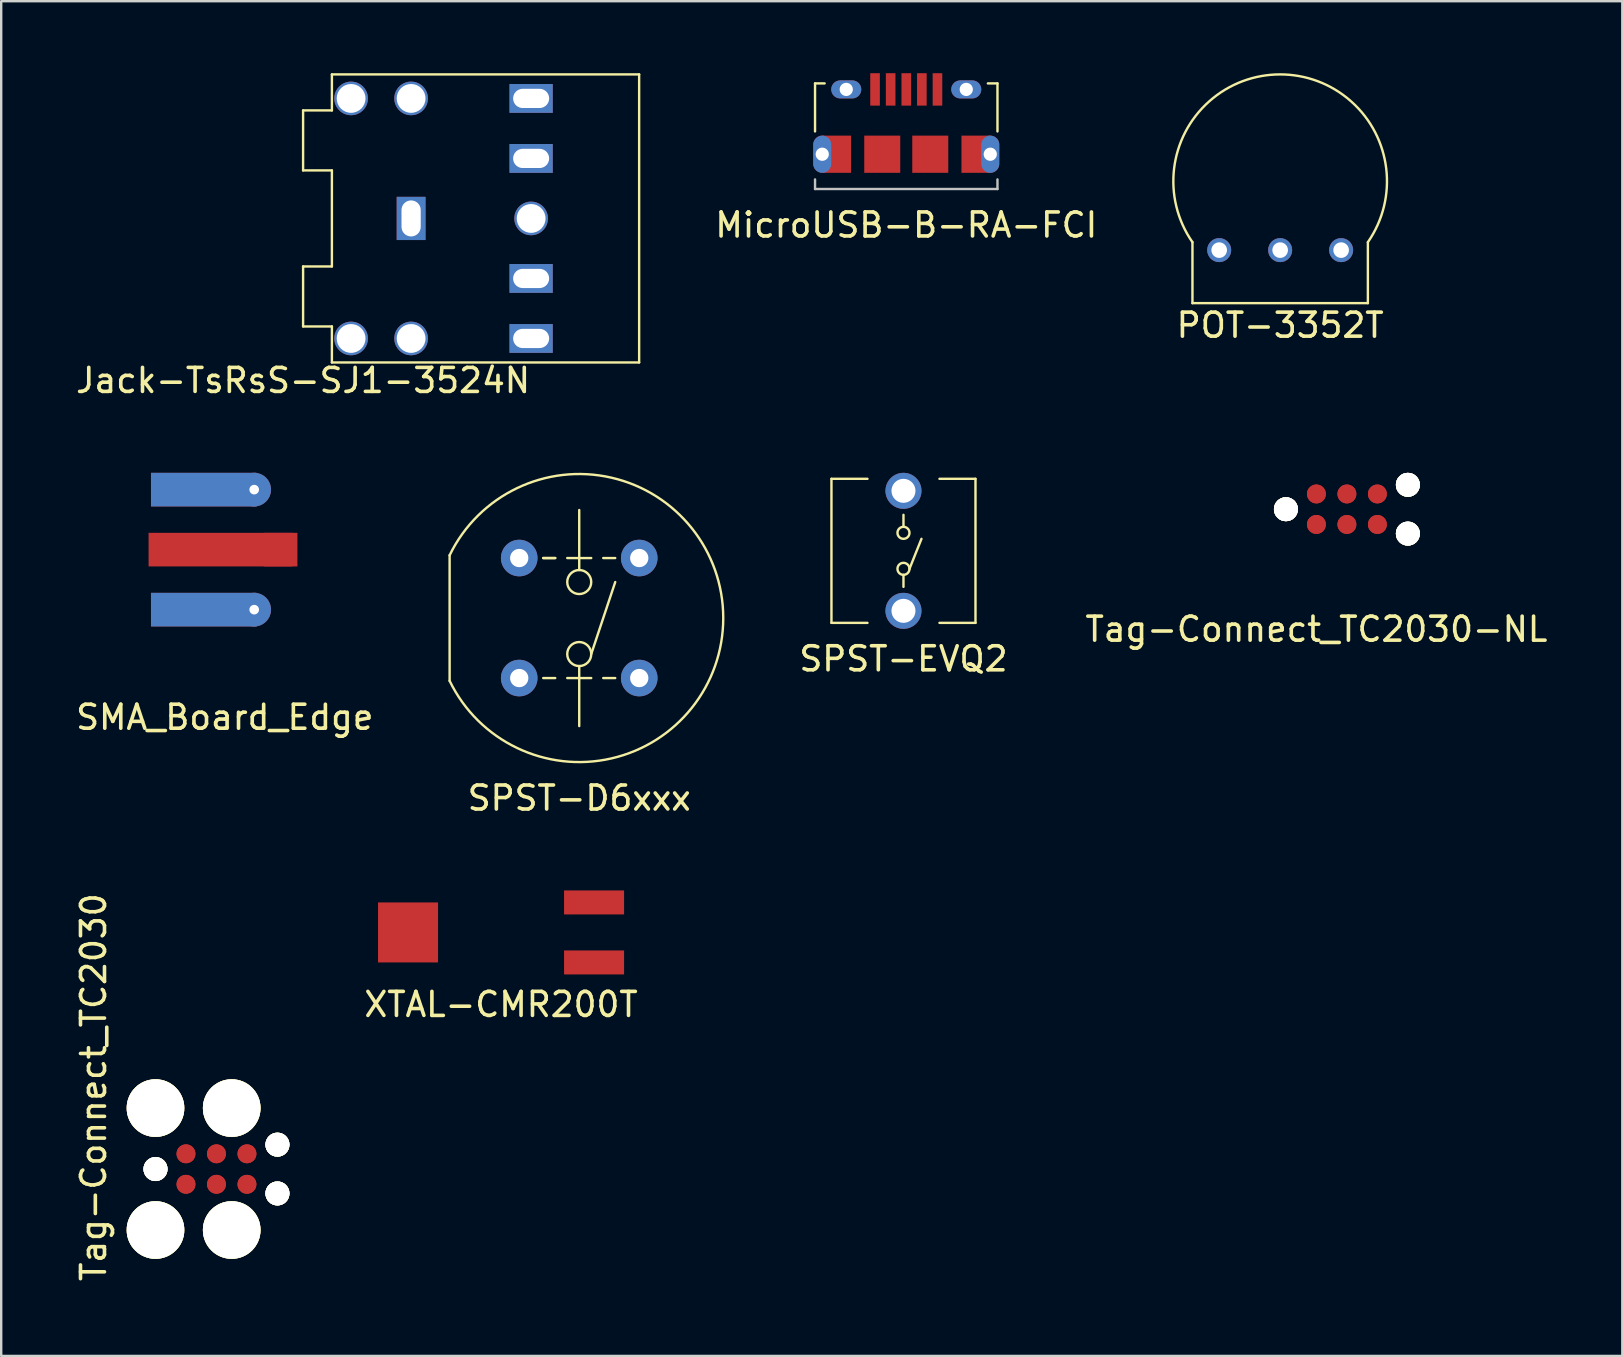
<source format=kicad_pcb>
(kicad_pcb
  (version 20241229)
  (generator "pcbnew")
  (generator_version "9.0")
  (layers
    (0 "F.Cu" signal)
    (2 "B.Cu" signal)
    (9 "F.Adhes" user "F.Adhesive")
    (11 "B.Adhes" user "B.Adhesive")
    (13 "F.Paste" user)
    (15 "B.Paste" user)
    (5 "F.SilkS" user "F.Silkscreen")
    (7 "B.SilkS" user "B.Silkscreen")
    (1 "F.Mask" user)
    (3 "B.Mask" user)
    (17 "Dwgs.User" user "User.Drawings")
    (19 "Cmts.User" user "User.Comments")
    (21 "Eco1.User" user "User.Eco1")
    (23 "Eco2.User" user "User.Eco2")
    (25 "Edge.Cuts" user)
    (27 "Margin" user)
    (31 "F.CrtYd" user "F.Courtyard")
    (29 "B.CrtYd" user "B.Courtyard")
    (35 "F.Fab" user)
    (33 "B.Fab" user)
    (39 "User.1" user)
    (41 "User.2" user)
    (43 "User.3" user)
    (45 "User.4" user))
  (footprint "SPST-EVQ2"
    (layer "F.Cu")
    (at 34.589 19.898)
    (property "Reference" "SPST-EVQ2" (at 0 4.5 0) (layer "F.SilkS") (effects (font (size 1 1) (thickness 0.15))))
    (attr through_hole)
    (fp_line (start -3 -3) (end -3 3) (stroke (width 0.1) (type solid)) (layer "F.SilkS"))
    (fp_line (start -3 3) (end -1.5 3) (stroke (width 0.1) (type solid)) (layer "F.SilkS"))
    (fp_line (start -1.5 -3) (end -3 -3) (stroke (width 0.1) (type solid)) (layer "F.SilkS"))
    (fp_line (start 0 -1.5) (end 0 -1) (stroke (width 0.1) (type solid)) (layer "F.SilkS"))
    (fp_line (start 0 1.5) (end 0 1) (stroke (width 0.1) (type solid)) (layer "F.SilkS"))
    (fp_line (start 0.25 0.75) (end 0.75 -0.5) (stroke (width 0.1) (type solid)) (layer "F.SilkS"))
    (fp_line (start 1.5 3) (end 3 3) (stroke (width 0.1) (type solid)) (layer "F.SilkS"))
    (fp_line (start 3 -3) (end 1.5 -3) (stroke (width 0.1) (type solid)) (layer "F.SilkS"))
    (fp_line (start 3 3) (end 3 -3) (stroke (width 0.1) (type solid)) (layer "F.SilkS"))
    (fp_circle (center 0 -0.75) (end 0.25 -0.75) (stroke (width 0.1) (type solid)) (fill no) (layer "F.SilkS"))
    (fp_circle (center 0 0.75) (end 0.25 0.75) (stroke (width 0.1) (type solid)) (fill no) (layer "F.SilkS"))
    (pad "1" thru_hole circle (at 0 2.5) (size 1.5 1.5) (drill 1) (layers "*.Cu" "*.Mask"))
    (pad "2" thru_hole circle (at 0 -2.5) (size 1.5 1.5) (drill 1) (layers "*.Cu" "*.Mask")))
  (footprint "POT-3352T"
    (layer "F.Cu")
    (at 50.282 4.5)
    (property "Reference" "POT-3352T" (at 0 6 0) (layer "F.SilkS") (effects (font (size 1 1) (thickness 0.15))))
    (attr through_hole)
    (fp_line (start -3.654 2.54) (end -3.654 5.08) (stroke (width 0.1) (type solid)) (layer "F.SilkS"))
    (fp_line (start -3.654 5.08) (end 3.654 5.08) (stroke (width 0.1) (type solid)) (layer "F.SilkS"))
    (fp_line (start 3.654 5.08) (end 3.654 2.54) (stroke (width 0.1) (type solid)) (layer "F.SilkS"))
    (fp_arc (start -3.654 2.54) (mid 0.000057 -4.450092) (end 3.653935 2.540093) (stroke (width 0.1) (type solid)) (layer "F.SilkS"))
    (pad "1" thru_hole circle (at -2.54 2.87) (size 1 1) (drill 0.65) (layers "*.Cu" "*.Mask"))
    (pad "2" thru_hole circle (at 0 2.87) (size 1 1) (drill 0.65) (layers "*.Cu" "*.Mask"))
    (pad "3" thru_hole circle (at 2.54 2.87) (size 1 1) (drill 0.65) (layers "*.Cu" "*.Mask")))
  (footprint "XTAL-CMR200T"
    (layer "F.Cu")
    (at 17.824 35.796)
    (property "Reference" "XTAL-CMR200T" (at 0 3 0) (layer "F.SilkS") (effects (font (size 1 1) (thickness 0.15))))
    (attr through_hole)
    (pad "1" smd rect (at 3.875 1.25) (size 2.5 1) (layers "F.Cu" "F.Mask" "F.Paste"))
    (pad "2" smd rect (at 3.875 -1.25) (size 2.5 1) (layers "F.Cu" "F.Mask" "F.Paste"))
    (pad "~" smd rect (at -3.875 0) (size 2.5 2.5) (layers "F.Cu" "F.Mask" "F.Paste")))
  (footprint "MicroUSB-B-RA-FCI"
    (layer "F.Cu")
    (at 34.705 4.825)
    (property "Reference" "MicroUSB-B-RA-FCI" (at 0 1.5 0) (layer "F.SilkS") (effects (font (size 1 1) (thickness 0.15))))
    (attr through_hole)
    (fp_line (start -3.8 -4.4) (end -3.4 -4.4) (stroke (width 0.1) (type solid)) (layer "F.SilkS"))
    (fp_line (start -3.8 -2.4) (end -3.8 -4.4) (stroke (width 0.1) (type solid)) (layer "F.SilkS"))
    (fp_line (start 3.4 -4.4) (end 3.8 -4.4) (stroke (width 0.1) (type solid)) (layer "F.SilkS"))
    (fp_line (start 3.8 -4.4) (end 3.8 -2.4) (stroke (width 0.1) (type solid)) (layer "F.SilkS"))
    (fp_line (start -3.8 -0.4) (end -3.8 0) (stroke (width 0.1) (type solid)) (layer "Dwgs.User"))
    (fp_line (start -3.8 0) (end 3.8 0) (stroke (width 0.1) (type solid)) (layer "Dwgs.User"))
    (fp_line (start 3.8 0) (end 3.8 -0.4) (stroke (width 0.1) (type solid)) (layer "Dwgs.User"))
    (pad "1" smd rect (at -1.3 -4.15) (size 0.4 1.35) (layers "F.Cu" "F.Mask" "F.Paste"))
    (pad "2" smd rect (at -0.65 -4.15) (size 0.4 1.35) (layers "F.Cu" "F.Mask" "F.Paste"))
    (pad "3" smd rect (at 0 -4.15) (size 0.4 1.35) (layers "F.Cu" "F.Mask" "F.Paste"))
    (pad "4" smd rect (at 0.65 -4.15) (size 0.4 1.35) (layers "F.Cu" "F.Mask" "F.Paste"))
    (pad "5" smd rect (at 1.3 -4.15) (size 0.4 1.35) (layers "F.Cu" "F.Mask" "F.Paste"))
    (pad "~" thru_hole oval (at -3.5 -1.45) (size 0.75 1.55) (drill 0.55) (layers "*.Cu" "*.Mask"))
    (pad "~" smd rect (at -2.9 -1.45) (size 1.2 1.55) (layers "F.Cu" "F.Mask" "F.Paste"))
    (pad "~" thru_hole oval (at -2.5 -4.15) (size 1.25 0.75) (drill 0.55) (layers "*.Cu" "*.Mask"))
    (pad "~" smd rect (at -1 -1.45) (size 1.5 1.55) (layers "F.Cu" "F.Mask" "F.Paste"))
    (pad "~" smd rect (at 1 -1.45) (size 1.5 1.55) (layers "F.Cu" "F.Mask" "F.Paste"))
    (pad "~" thru_hole oval (at 2.5 -4.15) (size 1.25 0.75) (drill 0.55) (layers "*.Cu" "*.Mask"))
    (pad "~" smd rect (at 2.9 -1.45) (size 1.2 1.55) (layers "F.Cu" "F.Mask" "F.Paste"))
    (pad "~" thru_hole oval (at 3.5 -1.45) (size 0.75 1.55) (drill 0.55) (layers "*.Cu" "*.Mask")))
  (footprint "SMA_Board_Edge"
    (layer "F.Cu")
    (at 3.14 19.848)
    (property "Reference" "SMA_Board_Edge" (at 3.175 6.985 0) (layer "F.SilkS") (effects (font (size 1 1) (thickness 0.15))))
    (attr through_hole)
    (pad "1" smd rect (at 3 0) (size 6 1.4) (layers "F.Cu" "F.Mask" "F.Paste"))
    (pad "1" smd rect (at 5.5 0) (size 1.4 1.4) (layers "F.Cu" "F.Mask" "F.Paste"))
    (pad "2" smd rect (at 2.3 -2.5) (size 4.4 1.4) (layers "F.Cu" "F.Mask" "F.Paste"))
    (pad "2" smd rect (at 2.3 -2.5) (size 4.4 1.4) (layers "B.Cu" "B.Mask" "B.Paste"))
    (pad "2" smd rect (at 2.3 2.5) (size 4.4 1.4) (layers "F.Cu" "F.Mask" "F.Paste"))
    (pad "2" smd rect (at 2.3 2.5) (size 4.4 1.4) (layers "B.Cu" "B.Mask" "B.Paste"))
    (pad "2" thru_hole circle (at 4.4 -2.5) (size 1.4 1.4) (drill 0.4) (layers "*.Cu" "*.Mask"))
    (pad "2" thru_hole circle (at 4.4 2.5) (size 1.4 1.4) (drill 0.4) (layers "*.Cu" "*.Mask")))
  (footprint "Tag-Connect_TC2030"
    (layer "F.Cu")
    (at 4.698 45.653)
    (property "Reference" "Tag-Connect_TC2030" (at -3.85 -3.41 90) (layer "F.SilkS") (effects (font (size 1 1) (thickness 0.15))))
    (attr through_hole)
    (pad "" thru_hole circle (at -1.27 -2.54) (size 2.4 2.4) (drill 2.375) (layers "*.Cu" "*.Mask" "F.SilkS"))
    (pad "" thru_hole circle (at -1.27 -2.54) (size 2.4 2.4) (drill 2.375) (layers "*.Cu" "*.Mask" "F.SilkS"))
    (pad "" thru_hole circle (at -1.27 0) (size 1 1) (drill 0.991) (layers "*.Cu" "*.Mask" "F.SilkS"))
    (pad "" thru_hole circle (at -1.27 0) (size 1 1) (drill 0.991) (layers "*.Cu" "*.Mask" "F.SilkS"))
    (pad "" thru_hole circle (at -1.27 2.54) (size 2.4 2.4) (drill 2.375) (layers "*.Cu" "*.Mask" "F.SilkS"))
    (pad "" thru_hole circle (at -1.27 2.54) (size 2.4 2.4) (drill 2.375) (layers "*.Cu" "*.Mask" "F.SilkS"))
    (pad "" thru_hole circle (at 1.905 -2.54) (size 2.4 2.4) (drill 2.375) (layers "*.Cu" "*.Mask" "F.SilkS"))
    (pad "" thru_hole circle (at 1.905 -2.54) (size 2.4 2.4) (drill 2.375) (layers "*.Cu" "*.Mask" "F.SilkS"))
    (pad "" thru_hole circle (at 1.905 2.54) (size 2.4 2.4) (drill 2.375) (layers "*.Cu" "*.Mask" "F.SilkS"))
    (pad "" thru_hole circle (at 1.905 2.54) (size 2.4 2.4) (drill 2.375) (layers "*.Cu" "*.Mask" "F.SilkS"))
    (pad "" thru_hole circle (at 3.81 -1.016) (size 1 1) (drill 0.991) (layers "*.Cu" "*.Mask" "F.SilkS"))
    (pad "" thru_hole circle (at 3.81 -1.016) (size 1 1) (drill 0.991) (layers "*.Cu" "*.Mask" "F.SilkS"))
    (pad "" thru_hole circle (at 3.81 1.016) (size 1 1) (drill 0.991) (layers "*.Cu" "*.Mask" "F.SilkS"))
    (pad "" thru_hole circle (at 3.81 1.016) (size 1 1) (drill 0.991) (layers "*.Cu" "*.Mask" "F.SilkS"))
    (pad "1" smd circle (at 0 0.635) (size 0.787 0.787) (layers "F.Cu" "F.Mask" "F.Paste"))
    (pad "1" smd circle (at 0 0.635) (size 0.787 0.787) (layers "F.Cu" "F.Mask" "F.Paste"))
    (pad "2" smd circle (at 0 -0.635) (size 0.787 0.787) (layers "F.Cu" "F.Mask" "F.Paste"))
    (pad "2" smd circle (at 0 -0.635) (size 0.787 0.787) (layers "F.Cu" "F.Mask" "F.Paste"))
    (pad "3" smd circle (at 1.27 0.635) (size 0.787 0.787) (layers "F.Cu" "F.Mask" "F.Paste"))
    (pad "3" smd circle (at 1.27 0.635) (size 0.787 0.787) (layers "F.Cu" "F.Mask" "F.Paste"))
    (pad "4" smd circle (at 1.27 -0.635) (size 0.787 0.787) (layers "F.Cu" "F.Mask" "F.Paste"))
    (pad "4" smd circle (at 1.27 -0.635) (size 0.787 0.787) (layers "F.Cu" "F.Mask" "F.Paste"))
    (pad "5" smd circle (at 2.54 0.635) (size 0.787 0.787) (layers "F.Cu" "F.Mask" "F.Paste"))
    (pad "5" smd circle (at 2.54 0.635) (size 0.787 0.787) (layers "F.Cu" "F.Mask" "F.Paste"))
    (pad "6" smd circle (at 2.54 -0.635) (size 0.787 0.787) (layers "F.Cu" "F.Mask" "F.Paste"))
    (pad "6" smd circle (at 2.54 -0.635) (size 0.787 0.787) (layers "F.Cu" "F.Mask" "F.Paste")))
  (footprint "Jack-TsRsS-SJ1-3524N"
    (layer "F.Cu")
    (at 9.577 6.05)
    (property "Reference" "Jack-TsRsS-SJ1-3524N" (at 0 6.75 0) (layer "F.SilkS") (effects (font (size 1 1) (thickness 0.15))))
    (attr through_hole)
    (fp_line (start 0 -4.5) (end 1.2 -4.5) (stroke (width 0.1) (type solid)) (layer "F.SilkS"))
    (fp_line (start 0 -2) (end 0 -4.5) (stroke (width 0.1) (type solid)) (layer "F.SilkS"))
    (fp_line (start 0 2) (end 1.2 2) (stroke (width 0.1) (type solid)) (layer "F.SilkS"))
    (fp_line (start 0 4.5) (end 0 2) (stroke (width 0.1) (type solid)) (layer "F.SilkS"))
    (fp_line (start 1.2 -6) (end 14 -6) (stroke (width 0.1) (type solid)) (layer "F.SilkS"))
    (fp_line (start 1.2 -4.5) (end 1.2 -6) (stroke (width 0.1) (type solid)) (layer "F.SilkS"))
    (fp_line (start 1.2 -2) (end 0 -2) (stroke (width 0.1) (type solid)) (layer "F.SilkS"))
    (fp_line (start 1.2 2) (end 1.2 -2) (stroke (width 0.1) (type solid)) (layer "F.SilkS"))
    (fp_line (start 1.2 4.5) (end 0 4.5) (stroke (width 0.1) (type solid)) (layer "F.SilkS"))
    (fp_line (start 1.2 6) (end 1.2 4.5) (stroke (width 0.1) (type solid)) (layer "F.SilkS"))
    (fp_line (start 14 -6) (end 14 6) (stroke (width 0.1) (type solid)) (layer "F.SilkS"))
    (fp_line (start 14 6) (end 1.2 6) (stroke (width 0.1) (type solid)) (layer "F.SilkS"))
    (pad "1" thru_hole rect (at 4.5 0) (size 1.2 1.8) (drill oval 0.8 1.5) (layers "*.Cu" "*.Mask"))
    (pad "2" thru_hole rect (at 9.5 5) (size 1.8 1.2) (drill oval 1.5 0.8) (layers "*.Cu" "*.Mask"))
    (pad "3" thru_hole rect (at 9.5 -5) (size 1.8 1.2) (drill oval 1.5 0.8) (layers "*.Cu" "*.Mask"))
    (pad "4" thru_hole rect (at 9.5 2.5) (size 1.8 1.2) (drill oval 1.5 0.8) (layers "*.Cu" "*.Mask"))
    (pad "5" thru_hole rect (at 9.5 -2.5) (size 1.8 1.2) (drill oval 1.5 0.8) (layers "*.Cu" "*.Mask"))
    (pad "~" thru_hole circle (at 2 -5) (size 1.4 1.4) (drill 1.2) (layers "*.Cu" "*.Mask"))
    (pad "~" thru_hole circle (at 2 5) (size 1.4 1.4) (drill 1.2) (layers "*.Cu" "*.Mask"))
    (pad "~" thru_hole circle (at 4.5 -5) (size 1.4 1.4) (drill 1.2) (layers "*.Cu" "*.Mask"))
    (pad "~" thru_hole circle (at 4.5 5) (size 1.4 1.4) (drill 1.2) (layers "*.Cu" "*.Mask"))
    (pad "~" thru_hole circle (at 9.5 0) (size 1.4 1.4) (drill 1.2) (layers "*.Cu" "*.Mask")))
  (footprint "SPST-D6xxx"
    (layer "F.Cu")
    (at 21.081 22.698)
    (property "Reference" "SPST-D6xxx" (at 0 7.5 0) (layer "F.SilkS") (effects (font (size 1 1) (thickness 0.15))))
    (attr through_hole)
    (fp_line (start -5.4 -2.615) (end -5.4 2.615) (stroke (width 0.1) (type solid)) (layer "F.SilkS"))
    (fp_line (start -1.5 -2.5) (end -1 -2.5) (stroke (width 0.1) (type solid)) (layer "F.SilkS"))
    (fp_line (start -1.5 2.5) (end -1 2.5) (stroke (width 0.1) (type solid)) (layer "F.SilkS"))
    (fp_line (start -1 -2.5) (end -1.5 -2.5) (stroke (width 0.1) (type solid)) (layer "F.SilkS"))
    (fp_line (start -0.5 -2.5) (end 0 -2.5) (stroke (width 0.1) (type solid)) (layer "F.SilkS"))
    (fp_line (start -0.5 2.5) (end 0.5 2.5) (stroke (width 0.1) (type solid)) (layer "F.SilkS"))
    (fp_line (start 0 -4.5) (end 0 -2) (stroke (width 0.1) (type solid)) (layer "F.SilkS"))
    (fp_line (start 0 4.5) (end 0 2) (stroke (width 0.1) (type solid)) (layer "F.SilkS"))
    (fp_line (start 0.5 -2.5) (end 0 -2.5) (stroke (width 0.1) (type solid)) (layer "F.SilkS"))
    (fp_line (start 0.5 1.5) (end 1.5 -1.5) (stroke (width 0.1) (type solid)) (layer "F.SilkS"))
    (fp_line (start 1 -2.5) (end 1.5 -2.5) (stroke (width 0.1) (type solid)) (layer "F.SilkS"))
    (fp_line (start 1 2.5) (end 1.5 2.5) (stroke (width 0.1) (type solid)) (layer "F.SilkS"))
    (fp_arc (start -5.4 -2.615) (mid 5.999852 -0.000103) (end -5.39991 2.615185) (stroke (width 0.1) (type solid)) (layer "F.SilkS"))
    (fp_circle (center 0 -1.5) (end 0.5 -1.5) (stroke (width 0.1) (type solid)) (fill no) (layer "F.SilkS"))
    (fp_circle (center 0 1.5) (end 0.5 1.5) (stroke (width 0.1) (type solid)) (fill no) (layer "F.SilkS"))
    (pad "1" thru_hole circle (at -2.5 -2.5) (size 1.524 1.524) (drill 0.762) (layers "*.Cu" "*.Mask"))
    (pad "1" thru_hole circle (at 2.5 -2.5) (size 1.524 1.524) (drill 0.762) (layers "*.Cu" "*.Mask"))
    (pad "2" thru_hole circle (at -2.5 2.5) (size 1.524 1.524) (drill 0.762) (layers "*.Cu" "*.Mask"))
    (pad "2" thru_hole circle (at 2.5 2.5) (size 1.524 1.524) (drill 0.762) (layers "*.Cu" "*.Mask")))
  (footprint "Tag-Connect_TC2030-NL"
    (layer "F.Cu")
    (at 51.792 18.164)
    (property "Reference" "Tag-Connect_TC2030-NL" (at 0 5 0) (layer "F.SilkS") (effects (font (size 1 1) (thickness 0.15))))
    (attr through_hole)
    (pad "" np_thru_hole circle (at -1.27 0) (size 1 1) (drill 0.991) (layers "*.Cu" "*.Mask" "F.SilkS"))
    (pad "" np_thru_hole circle (at -1.27 0) (size 1 1) (drill 0.991) (layers "*.Cu" "*.Mask" "F.SilkS"))
    (pad "" np_thru_hole circle (at 3.81 -1.016) (size 1 1) (drill 0.991) (layers "*.Cu" "*.Mask" "F.SilkS"))
    (pad "" np_thru_hole circle (at 3.81 -1.016) (size 1 1) (drill 0.991) (layers "*.Cu" "*.Mask" "F.SilkS"))
    (pad "" np_thru_hole circle (at 3.81 1.016) (size 1 1) (drill 0.991) (layers "*.Cu" "*.Mask" "F.SilkS"))
    (pad "" np_thru_hole circle (at 3.81 1.016) (size 1 1) (drill 0.991) (layers "*.Cu" "*.Mask" "F.SilkS"))
    (pad "1" smd circle (at 0 0.635) (size 0.787 0.787) (layers "F.Cu" "F.Mask" "F.Paste"))
    (pad "1" smd circle (at 0 0.635) (size 0.787 0.787) (layers "F.Cu" "F.Mask" "F.Paste"))
    (pad "2" smd circle (at 0 -0.635) (size 0.787 0.787) (layers "F.Cu" "F.Mask" "F.Paste"))
    (pad "2" smd circle (at 0 -0.635) (size 0.787 0.787) (layers "F.Cu" "F.Mask" "F.Paste"))
    (pad "3" smd circle (at 1.27 0.635) (size 0.787 0.787) (layers "F.Cu" "F.Mask" "F.Paste"))
    (pad "3" smd circle (at 1.27 0.635) (size 0.787 0.787) (layers "F.Cu" "F.Mask" "F.Paste"))
    (pad "4" smd circle (at 1.27 -0.635) (size 0.787 0.787) (layers "F.Cu" "F.Mask" "F.Paste"))
    (pad "4" smd circle (at 1.27 -0.635) (size 0.787 0.787) (layers "F.Cu" "F.Mask" "F.Paste"))
    (pad "5" smd circle (at 2.54 0.635) (size 0.787 0.787) (layers "F.Cu" "F.Mask" "F.Paste"))
    (pad "5" smd circle (at 2.54 0.635) (size 0.787 0.787) (layers "F.Cu" "F.Mask" "F.Paste"))
    (pad "6" smd circle (at 2.54 -0.635) (size 0.787 0.787) (layers "F.Cu" "F.Mask" "F.Paste"))
    (pad "6" smd circle (at 2.54 -0.635) (size 0.787 0.787) (layers "F.Cu" "F.Mask" "F.Paste")))
  (gr_rect
    (start -3 -3)
    (end 64.536 53.439)
    (stroke (width 0.1) (type default))
    (fill no)
    (layer "Edge.Cuts")))
</source>
